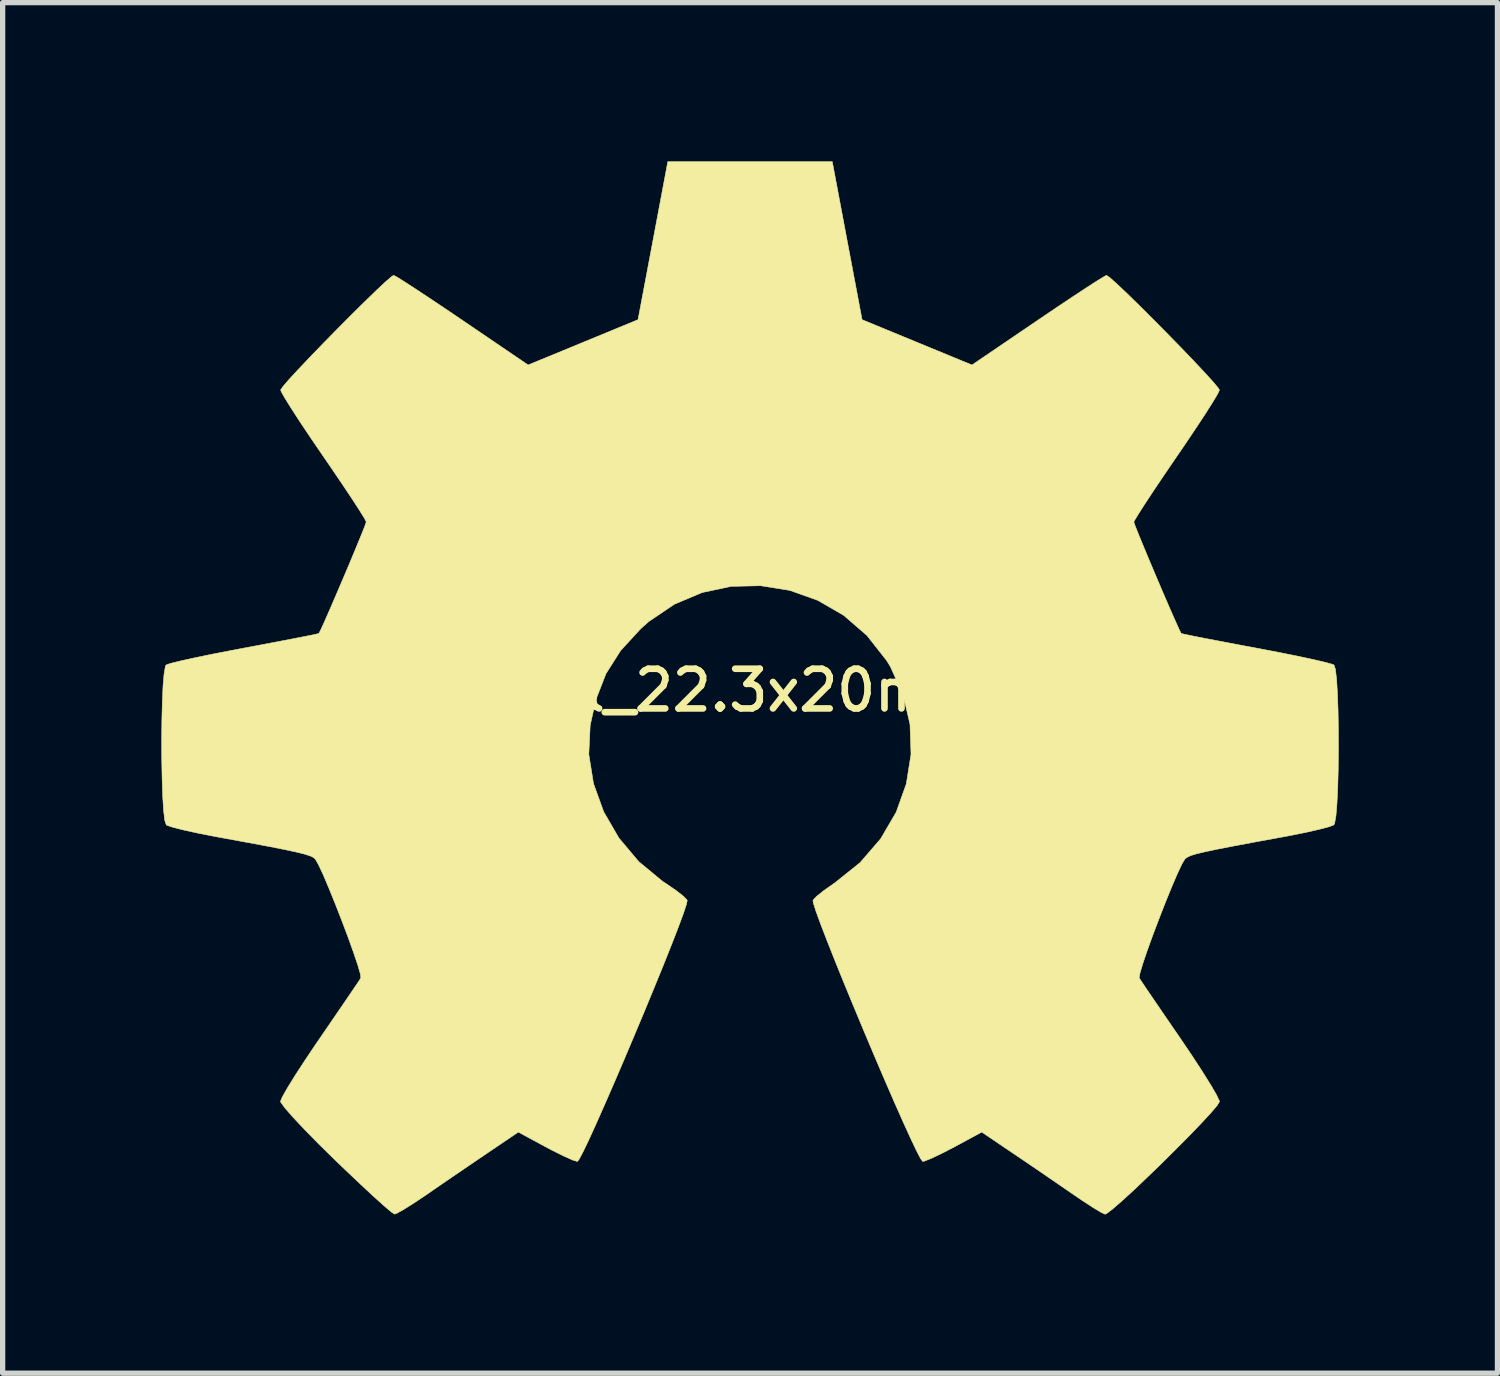
<source format=kicad_pcb>
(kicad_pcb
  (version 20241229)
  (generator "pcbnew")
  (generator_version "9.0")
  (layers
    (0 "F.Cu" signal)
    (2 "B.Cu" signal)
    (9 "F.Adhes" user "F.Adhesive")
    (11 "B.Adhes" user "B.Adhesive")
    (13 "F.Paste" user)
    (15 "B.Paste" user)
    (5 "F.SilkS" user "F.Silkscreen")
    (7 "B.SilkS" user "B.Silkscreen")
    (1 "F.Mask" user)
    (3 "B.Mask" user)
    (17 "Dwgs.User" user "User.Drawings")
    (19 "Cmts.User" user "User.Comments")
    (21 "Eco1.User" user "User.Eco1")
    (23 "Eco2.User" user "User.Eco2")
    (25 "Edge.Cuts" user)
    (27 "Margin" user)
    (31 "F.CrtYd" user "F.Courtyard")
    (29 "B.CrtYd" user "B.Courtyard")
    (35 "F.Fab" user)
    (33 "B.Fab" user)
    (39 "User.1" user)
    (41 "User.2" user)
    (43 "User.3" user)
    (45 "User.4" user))
  (footprint "OSHW-Symbol_22.3x20mm_SilkScreen"
    (layer "F.Cu")
    (at 11.093 9.997)
    (property "Reference" "OSHW-Symbol_22.3x20mm_SilkScreen" (at 0 0 0) (layer "F.SilkS") (effects (font (size 0.75 0.75) (thickness 0.125))))
    (attr exclude_from_pos_files exclude_from_bom allow_missing_courtyard)
    (fp_poly (pts (xy 1.866 -8.499) (xy 2.148 -7.006) (xy 3.186 -6.578) (xy 4.225 -6.15) (xy 5.471 -6.997) (xy 5.82 -7.233) (xy 6.135 -7.443) (xy 6.402 -7.619) (xy 6.606 -7.75) (xy 6.733 -7.827) (xy 6.767 -7.844) (xy 6.83 -7.801) (xy 6.962 -7.683) (xy 7.151 -7.505) (xy 7.38 -7.281) (xy 7.635 -7.027) (xy 7.901 -6.758) (xy 8.164 -6.489) (xy 8.408 -6.235) (xy 8.618 -6.011) (xy 8.78 -5.833) (xy 8.879 -5.715) (xy 8.902 -5.676) (xy 8.868 -5.603) (xy 8.773 -5.444) (xy 8.627 -5.214) (xy 8.439 -4.929) (xy 8.22 -4.603) (xy 8.093 -4.418) (xy 7.862 -4.079) (xy 7.656 -3.773) (xy 7.487 -3.516) (xy 7.363 -3.322) (xy 7.294 -3.207) (xy 7.284 -3.182) (xy 7.307 -3.114) (xy 7.371 -2.953) (xy 7.465 -2.724) (xy 7.58 -2.448) (xy 7.707 -2.148) (xy 7.835 -1.847) (xy 7.956 -1.567) (xy 8.06 -1.331) (xy 8.136 -1.161) (xy 8.176 -1.08) (xy 8.179 -1.076) (xy 8.242 -1.061) (xy 8.41 -1.026) (xy 8.666 -0.976) (xy 8.992 -0.914) (xy 9.371 -0.842) (xy 9.591 -0.801) (xy 9.996 -0.724) (xy 10.362 -0.651) (xy 10.669 -0.585) (xy 10.901 -0.531) (xy 11.038 -0.493) (xy 11.066 -0.481) (xy 11.093 -0.4) (xy 11.115 -0.215) (xy 11.131 0.051) (xy 11.143 0.376) (xy 11.149 0.74) (xy 11.15 1.12) (xy 11.146 1.495) (xy 11.137 1.843) (xy 11.122 2.143) (xy 11.103 2.373) (xy 11.078 2.512) (xy 11.064 2.541) (xy 10.976 2.576) (xy 10.79 2.625) (xy 10.531 2.684) (xy 10.222 2.746) (xy 10.114 2.766) (xy 9.595 2.861) (xy 9.185 2.938) (xy 8.87 2.999) (xy 8.638 3.048) (xy 8.473 3.087) (xy 8.364 3.12) (xy 8.296 3.15) (xy 8.256 3.179) (xy 8.25 3.185) (xy 8.194 3.278) (xy 8.108 3.461) (xy 8.001 3.71) (xy 7.882 4.002) (xy 7.759 4.317) (xy 7.64 4.631) (xy 7.535 4.921) (xy 7.452 5.167) (xy 7.399 5.345) (xy 7.385 5.432) (xy 7.386 5.435) (xy 7.433 5.507) (xy 7.539 5.665) (xy 7.694 5.892) (xy 7.886 6.173) (xy 8.104 6.491) (xy 8.166 6.581) (xy 8.387 6.908) (xy 8.581 7.206) (xy 8.739 7.459) (xy 8.849 7.649) (xy 8.9 7.759) (xy 8.902 7.772) (xy 8.859 7.843) (xy 8.74 7.983) (xy 8.56 8.178) (xy 8.335 8.412) (xy 8.079 8.67) (xy 7.809 8.938) (xy 7.539 9.199) (xy 7.286 9.44) (xy 7.063 9.644) (xy 6.887 9.797) (xy 6.773 9.884) (xy 6.741 9.899) (xy 6.667 9.865) (xy 6.517 9.775) (xy 6.314 9.643) (xy 6.158 9.537) (xy 5.874 9.342) (xy 5.539 9.112) (xy 5.203 8.883) (xy 5.022 8.761) (xy 4.41 8.347) (xy 3.896 8.625) (xy 3.662 8.746) (xy 3.463 8.841) (xy 3.329 8.895) (xy 3.294 8.902) (xy 3.253 8.847) (xy 3.172 8.69) (xy 3.057 8.447) (xy 2.913 8.131) (xy 2.748 7.758) (xy 2.567 7.341) (xy 2.376 6.895) (xy 2.182 6.435) (xy 1.99 5.974) (xy 1.806 5.528) (xy 1.637 5.111) (xy 1.489 4.737) (xy 1.367 4.421) (xy 1.278 4.177) (xy 1.228 4.019) (xy 1.22 3.965) (xy 1.284 3.896) (xy 1.424 3.784) (xy 1.611 3.652) (xy 1.626 3.642) (xy 2.11 3.255) (xy 2.499 2.804) (xy 2.792 2.303) (xy 2.984 1.766) (xy 3.073 1.208) (xy 3.054 0.643) (xy 2.925 0.086) (xy 2.683 -0.449) (xy 2.611 -0.566) (xy 2.24 -1.038) (xy 1.801 -1.418) (xy 1.31 -1.702) (xy 0.782 -1.89) (xy 0.232 -1.978) (xy -0.325 -1.966) (xy -0.872 -1.85) (xy -1.397 -1.629) (xy -1.882 -1.302) (xy -2.032 -1.169) (xy -2.414 -0.753) (xy -2.692 -0.315) (xy -2.883 0.176) (xy -2.99 0.662) (xy -3.016 1.208) (xy -2.928 1.758) (xy -2.736 2.291) (xy -2.447 2.79) (xy -2.072 3.236) (xy -1.618 3.611) (xy -1.558 3.65) (xy -1.369 3.779) (xy -1.226 3.891) (xy -1.157 3.963) (xy -1.156 3.965) (xy -1.171 4.042) (xy -1.229 4.218) (xy -1.325 4.477) (xy -1.453 4.806) (xy -1.606 5.19) (xy -1.779 5.614) (xy -1.964 6.063) (xy -2.158 6.525) (xy -2.352 6.984) (xy -2.541 7.425) (xy -2.72 7.835) (xy -2.881 8.198) (xy -3.019 8.501) (xy -3.128 8.728) (xy -3.202 8.866) (xy -3.232 8.902) (xy -3.323 8.874) (xy -3.493 8.798) (xy -3.713 8.689) (xy -3.834 8.625) (xy -4.348 8.347) (xy -4.96 8.761) (xy -5.272 8.973) (xy -5.614 9.206) (xy -5.935 9.426) (xy -6.095 9.537) (xy -6.321 9.688) (xy -6.512 9.808) (xy -6.644 9.882) (xy -6.687 9.897) (xy -6.749 9.856) (xy -6.887 9.739) (xy -7.087 9.559) (xy -7.335 9.328) (xy -7.619 9.059) (xy -7.799 8.886) (xy -8.114 8.577) (xy -8.385 8.301) (xy -8.603 8.069) (xy -8.757 7.893) (xy -8.835 7.786) (xy -8.842 7.764) (xy -8.807 7.681) (xy -8.712 7.513) (xy -8.566 7.277) (xy -8.38 6.991) (xy -8.165 6.67) (xy -8.103 6.581) (xy -7.881 6.256) (xy -7.681 5.964) (xy -7.515 5.72) (xy -7.394 5.542) (xy -7.33 5.445) (xy -7.324 5.435) (xy -7.333 5.358) (xy -7.382 5.189) (xy -7.463 4.95) (xy -7.566 4.663) (xy -7.684 4.35) (xy -7.807 4.035) (xy -7.927 3.739) (xy -8.035 3.484) (xy -8.124 3.294) (xy -8.184 3.19) (xy -8.188 3.185) (xy -8.224 3.155) (xy -8.286 3.126) (xy -8.387 3.094) (xy -8.539 3.056) (xy -8.758 3.009) (xy -9.056 2.95) (xy -9.447 2.877) (xy -9.944 2.786) (xy -10.052 2.766) (xy -10.371 2.704) (xy -10.65 2.644) (xy -10.862 2.591) (xy -10.985 2.551) (xy -11.001 2.541) (xy -11.029 2.458) (xy -11.051 2.273) (xy -11.068 2.006) (xy -11.079 1.68) (xy -11.086 1.316) (xy -11.088 0.936) (xy -11.084 0.561) (xy -11.075 0.213) (xy -11.062 -0.086) (xy -11.042 -0.315) (xy -11.018 -0.453) (xy -11.004 -0.481) (xy -10.922 -0.51) (xy -10.736 -0.556) (xy -10.465 -0.616) (xy -10.127 -0.686) (xy -9.74 -0.761) (xy -9.529 -0.801) (xy -9.129 -0.876) (xy -8.773 -0.944) (xy -8.477 -1.001) (xy -8.259 -1.044) (xy -8.137 -1.071) (xy -8.117 -1.076) (xy -8.083 -1.142) (xy -8.011 -1.3) (xy -7.911 -1.528) (xy -7.792 -1.803) (xy -7.664 -2.103) (xy -7.536 -2.404) (xy -7.419 -2.686) (xy -7.321 -2.924) (xy -7.252 -3.097) (xy -7.222 -3.182) (xy -7.222 -3.185) (xy -7.256 -3.252) (xy -7.351 -3.406) (xy -7.497 -3.631) (xy -7.685 -3.912) (xy -7.904 -4.235) (xy -8.031 -4.42) (xy -8.263 -4.76) (xy -8.469 -5.068) (xy -8.639 -5.33) (xy -8.763 -5.529) (xy -8.83 -5.65) (xy -8.84 -5.677) (xy -8.798 -5.74) (xy -8.682 -5.875) (xy -8.506 -6.066) (xy -8.285 -6.299) (xy -8.035 -6.558) (xy -7.77 -6.828) (xy -7.505 -7.095) (xy -7.255 -7.342) (xy -7.034 -7.556) (xy -6.859 -7.72) (xy -6.743 -7.82) (xy -6.704 -7.844) (xy -6.641 -7.811) (xy -6.489 -7.716) (xy -6.265 -7.57) (xy -5.982 -7.383) (xy -5.655 -7.164) (xy -5.409 -6.997) (xy -4.163 -6.15) (xy -3.124 -6.578) (xy -2.086 -7.006) (xy -1.804 -8.499) (xy -1.523 -9.992) (xy 1.585 -9.992) (xy 1.866 -8.499)) (stroke (width 0.01) (type solid)) (fill yes) (layer "F.SilkS")))
  (gr_rect
    (start -3 -3)
    (end 25.248 22.9)
    (stroke (width 0.1) (type default))
    (fill no)
    (layer "Edge.Cuts")))
</source>
